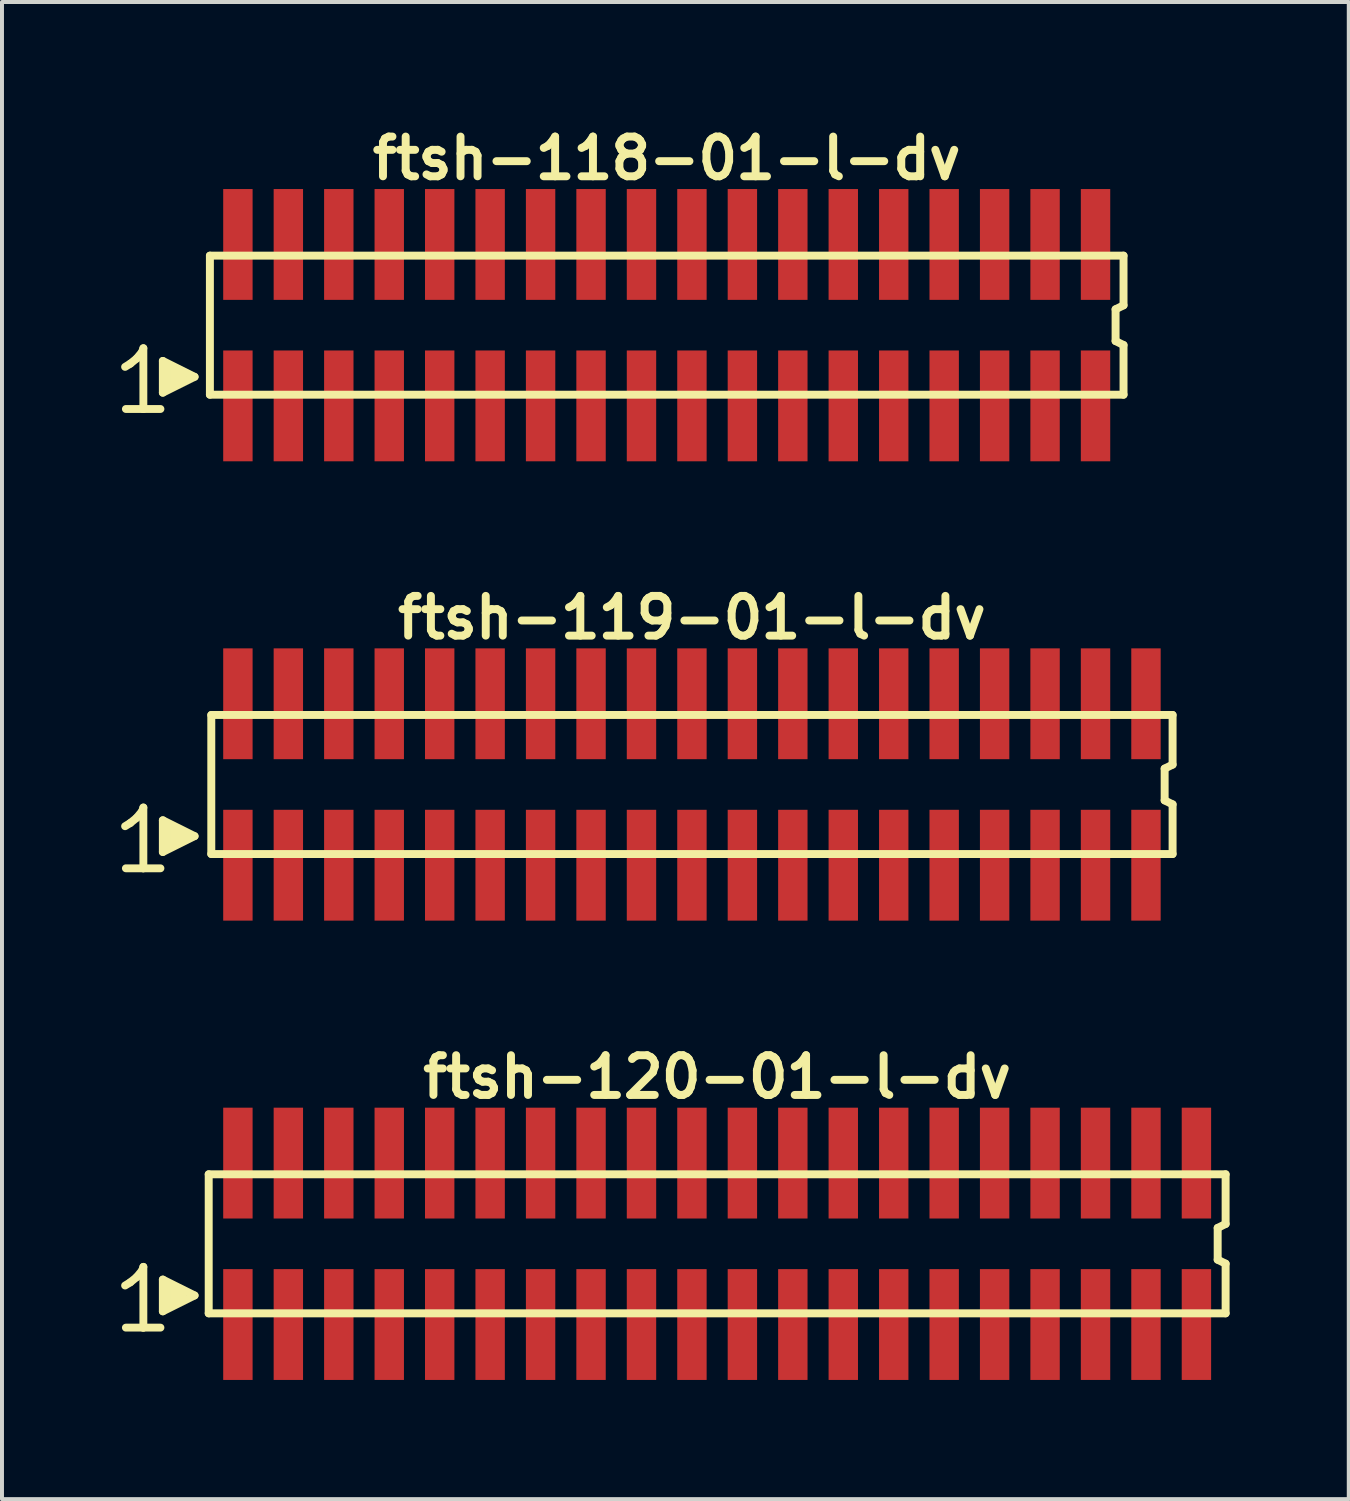
<source format=kicad_pcb>
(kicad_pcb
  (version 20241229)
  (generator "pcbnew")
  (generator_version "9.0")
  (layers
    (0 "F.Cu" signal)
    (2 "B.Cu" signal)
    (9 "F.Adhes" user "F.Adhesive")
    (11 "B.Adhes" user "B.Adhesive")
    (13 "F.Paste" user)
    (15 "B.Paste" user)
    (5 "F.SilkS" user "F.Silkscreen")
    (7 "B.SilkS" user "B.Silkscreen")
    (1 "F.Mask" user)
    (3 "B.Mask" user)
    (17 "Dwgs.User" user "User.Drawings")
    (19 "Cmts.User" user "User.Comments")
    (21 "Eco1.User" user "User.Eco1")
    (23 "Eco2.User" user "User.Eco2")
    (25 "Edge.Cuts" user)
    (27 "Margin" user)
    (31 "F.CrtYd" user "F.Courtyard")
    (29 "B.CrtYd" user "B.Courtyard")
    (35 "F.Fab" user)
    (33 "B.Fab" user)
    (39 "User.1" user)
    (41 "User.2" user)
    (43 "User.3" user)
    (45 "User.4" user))
  (footprint "ftsh-120-01-l-dv"
    (layer "F.Cu")
    (at 15.004 28.262)
    (property "Reference" "ftsh-120-01-l-dv" (at 0 -4.2 0) (layer "F.SilkS") (effects (font (size 1 1) (thickness 0.2))))
    (attr through_hole)
    (fp_line (start -14.905 1.05) (end -14.775 0.97) (stroke (width 0.198) (type solid)) (layer "F.SilkS"))
    (fp_line (start -14.775 0.97) (end -14.615 0.84) (stroke (width 0.198) (type solid)) (layer "F.SilkS"))
    (fp_line (start -14.615 0.84) (end -14.475 0.67) (stroke (width 0.198) (type solid)) (layer "F.SilkS"))
    (fp_line (start -14.475 0.67) (end -14.445 0.58) (stroke (width 0.198) (type solid)) (layer "F.SilkS"))
    (fp_line (start -14.445 0.58) (end -14.445 2.11) (stroke (width 0.198) (type solid)) (layer "F.SilkS"))
    (fp_line (start -14.445 2.11) (end -14.885 2.11) (stroke (width 0.198) (type solid)) (layer "F.SilkS"))
    (fp_line (start -14.015 2.11) (end -14.455 2.11) (stroke (width 0.198) (type solid)) (layer "F.SilkS"))
    (fp_line (start -13.955 0.9) (end -13.155 1.3) (stroke (width 0.198) (type solid)) (layer "F.SilkS"))
    (fp_line (start -13.955 1.7) (end -13.955 0.9) (stroke (width 0.198) (type solid)) (layer "F.SilkS"))
    (fp_line (start -13.855 1.6) (end -13.855 1) (stroke (width 0.198) (type solid)) (layer "F.SilkS"))
    (fp_line (start -13.755 1.1) (end -13.755 1.5) (stroke (width 0.198) (type solid)) (layer "F.SilkS"))
    (fp_line (start -13.655 1.5) (end -13.655 1.1) (stroke (width 0.198) (type solid)) (layer "F.SilkS"))
    (fp_line (start -13.555 1.2) (end -13.555 1.4) (stroke (width 0.198) (type solid)) (layer "F.SilkS"))
    (fp_line (start -13.455 1.4) (end -13.455 1.2) (stroke (width 0.198) (type solid)) (layer "F.SilkS"))
    (fp_line (start -13.155 1.3) (end -13.955 1.7) (stroke (width 0.198) (type solid)) (layer "F.SilkS"))
    (fp_line (start -12.8 -1.75) (end -12.8 1.75) (stroke (width 0.2) (type solid)) (layer "F.SilkS"))
    (fp_line (start -12.8 -1.75) (end 12.8 -1.75) (stroke (width 0.2) (type solid)) (layer "F.SilkS"))
    (fp_line (start -12.8 1.75) (end 12.8 1.75) (stroke (width 0.2) (type solid)) (layer "F.SilkS"))
    (fp_line (start 12.6 -0.4) (end 12.6 0.4) (stroke (width 0.2) (type solid)) (layer "F.SilkS"))
    (fp_line (start 12.6 0.4) (end 12.8 0.5) (stroke (width 0.2) (type solid)) (layer "F.SilkS"))
    (fp_line (start 12.8 -0.5) (end 12.6 -0.4) (stroke (width 0.2) (type solid)) (layer "F.SilkS"))
    (fp_line (start 12.8 -0.5) (end 12.8 -1.75) (stroke (width 0.2) (type solid)) (layer "F.SilkS"))
    (fp_line (start 12.8 0.5) (end 12.8 1.75) (stroke (width 0.2) (type solid)) (layer "F.SilkS"))
    (pad "1" smd rect (at -12.065 2.032) (size 0.74 2.79) (layers "F.Cu" "F.Mask" "F.Paste"))
    (pad "2" smd rect (at -12.065 -2.032) (size 0.74 2.79) (layers "F.Cu" "F.Mask" "F.Paste"))
    (pad "3" smd rect (at -10.795 2.032) (size 0.74 2.79) (layers "F.Cu" "F.Mask" "F.Paste"))
    (pad "4" smd rect (at -10.795 -2.032) (size 0.74 2.79) (layers "F.Cu" "F.Mask" "F.Paste"))
    (pad "5" smd rect (at -9.525 2.032) (size 0.74 2.79) (layers "F.Cu" "F.Mask" "F.Paste"))
    (pad "6" smd rect (at -9.525 -2.032) (size 0.74 2.79) (layers "F.Cu" "F.Mask" "F.Paste"))
    (pad "7" smd rect (at -8.255 2.032) (size 0.74 2.79) (layers "F.Cu" "F.Mask" "F.Paste"))
    (pad "8" smd rect (at -8.255 -2.032) (size 0.74 2.79) (layers "F.Cu" "F.Mask" "F.Paste"))
    (pad "9" smd rect (at -6.985 2.032) (size 0.74 2.79) (layers "F.Cu" "F.Mask" "F.Paste"))
    (pad "10" smd rect (at -6.985 -2.032) (size 0.74 2.79) (layers "F.Cu" "F.Mask" "F.Paste"))
    (pad "11" smd rect (at -5.715 2.032) (size 0.74 2.79) (layers "F.Cu" "F.Mask" "F.Paste"))
    (pad "12" smd rect (at -5.715 -2.032) (size 0.74 2.79) (layers "F.Cu" "F.Mask" "F.Paste"))
    (pad "13" smd rect (at -4.445 2.032) (size 0.74 2.79) (layers "F.Cu" "F.Mask" "F.Paste"))
    (pad "14" smd rect (at -4.445 -2.032) (size 0.74 2.79) (layers "F.Cu" "F.Mask" "F.Paste"))
    (pad "15" smd rect (at -3.175 2.032) (size 0.74 2.79) (layers "F.Cu" "F.Mask" "F.Paste"))
    (pad "16" smd rect (at -3.175 -2.032) (size 0.74 2.79) (layers "F.Cu" "F.Mask" "F.Paste"))
    (pad "17" smd rect (at -1.905 2.032) (size 0.74 2.79) (layers "F.Cu" "F.Mask" "F.Paste"))
    (pad "18" smd rect (at -1.905 -2.032) (size 0.74 2.79) (layers "F.Cu" "F.Mask" "F.Paste"))
    (pad "19" smd rect (at -0.635 2.032) (size 0.74 2.79) (layers "F.Cu" "F.Mask" "F.Paste"))
    (pad "20" smd rect (at -0.635 -2.032) (size 0.74 2.79) (layers "F.Cu" "F.Mask" "F.Paste"))
    (pad "21" smd rect (at 0.635 2.032) (size 0.74 2.79) (layers "F.Cu" "F.Mask" "F.Paste"))
    (pad "22" smd rect (at 0.635 -2.032) (size 0.74 2.79) (layers "F.Cu" "F.Mask" "F.Paste"))
    (pad "23" smd rect (at 1.905 2.032) (size 0.74 2.79) (layers "F.Cu" "F.Mask" "F.Paste"))
    (pad "24" smd rect (at 1.905 -2.032) (size 0.74 2.79) (layers "F.Cu" "F.Mask" "F.Paste"))
    (pad "25" smd rect (at 3.175 2.032) (size 0.74 2.79) (layers "F.Cu" "F.Mask" "F.Paste"))
    (pad "26" smd rect (at 3.175 -2.032) (size 0.74 2.79) (layers "F.Cu" "F.Mask" "F.Paste"))
    (pad "27" smd rect (at 4.445 2.032) (size 0.74 2.79) (layers "F.Cu" "F.Mask" "F.Paste"))
    (pad "28" smd rect (at 4.445 -2.032) (size 0.74 2.79) (layers "F.Cu" "F.Mask" "F.Paste"))
    (pad "29" smd rect (at 5.715 2.032) (size 0.74 2.79) (layers "F.Cu" "F.Mask" "F.Paste"))
    (pad "30" smd rect (at 5.715 -2.032) (size 0.74 2.79) (layers "F.Cu" "F.Mask" "F.Paste"))
    (pad "31" smd rect (at 6.985 2.032) (size 0.74 2.79) (layers "F.Cu" "F.Mask" "F.Paste"))
    (pad "32" smd rect (at 6.985 -2.032) (size 0.74 2.79) (layers "F.Cu" "F.Mask" "F.Paste"))
    (pad "33" smd rect (at 8.255 2.032) (size 0.74 2.79) (layers "F.Cu" "F.Mask" "F.Paste"))
    (pad "34" smd rect (at 8.255 -2.032) (size 0.74 2.79) (layers "F.Cu" "F.Mask" "F.Paste"))
    (pad "35" smd rect (at 9.525 2.032) (size 0.74 2.79) (layers "F.Cu" "F.Mask" "F.Paste"))
    (pad "36" smd rect (at 9.525 -2.032) (size 0.74 2.79) (layers "F.Cu" "F.Mask" "F.Paste"))
    (pad "37" smd rect (at 10.795 2.032) (size 0.74 2.79) (layers "F.Cu" "F.Mask" "F.Paste"))
    (pad "38" smd rect (at 10.795 -2.032) (size 0.74 2.79) (layers "F.Cu" "F.Mask" "F.Paste"))
    (pad "39" smd rect (at 12.065 2.032) (size 0.74 2.79) (layers "F.Cu" "F.Mask" "F.Paste"))
    (pad "40" smd rect (at 12.065 -2.032) (size 0.74 2.79) (layers "F.Cu" "F.Mask" "F.Paste")))
  (footprint "ftsh-119-01-l-dv"
    (layer "F.Cu")
    (at 14.369 16.699)
    (property "Reference" "ftsh-119-01-l-dv" (at 0 -4.2 0) (layer "F.SilkS") (effects (font (size 1 1) (thickness 0.2))))
    (attr through_hole)
    (fp_line (start -14.27 1.05) (end -14.14 0.97) (stroke (width 0.198) (type solid)) (layer "F.SilkS"))
    (fp_line (start -14.14 0.97) (end -13.98 0.84) (stroke (width 0.198) (type solid)) (layer "F.SilkS"))
    (fp_line (start -13.98 0.84) (end -13.84 0.67) (stroke (width 0.198) (type solid)) (layer "F.SilkS"))
    (fp_line (start -13.84 0.67) (end -13.81 0.58) (stroke (width 0.198) (type solid)) (layer "F.SilkS"))
    (fp_line (start -13.81 0.58) (end -13.81 2.11) (stroke (width 0.198) (type solid)) (layer "F.SilkS"))
    (fp_line (start -13.81 2.11) (end -14.25 2.11) (stroke (width 0.198) (type solid)) (layer "F.SilkS"))
    (fp_line (start -13.38 2.11) (end -13.82 2.11) (stroke (width 0.198) (type solid)) (layer "F.SilkS"))
    (fp_line (start -13.32 0.9) (end -12.52 1.3) (stroke (width 0.198) (type solid)) (layer "F.SilkS"))
    (fp_line (start -13.32 1.7) (end -13.32 0.9) (stroke (width 0.198) (type solid)) (layer "F.SilkS"))
    (fp_line (start -13.22 1.6) (end -13.22 1) (stroke (width 0.198) (type solid)) (layer "F.SilkS"))
    (fp_line (start -13.12 1.1) (end -13.12 1.5) (stroke (width 0.198) (type solid)) (layer "F.SilkS"))
    (fp_line (start -13.02 1.5) (end -13.02 1.1) (stroke (width 0.198) (type solid)) (layer "F.SilkS"))
    (fp_line (start -12.92 1.2) (end -12.92 1.4) (stroke (width 0.198) (type solid)) (layer "F.SilkS"))
    (fp_line (start -12.82 1.4) (end -12.82 1.2) (stroke (width 0.198) (type solid)) (layer "F.SilkS"))
    (fp_line (start -12.52 1.3) (end -13.32 1.7) (stroke (width 0.198) (type solid)) (layer "F.SilkS"))
    (fp_line (start -12.1 -1.75) (end -12.1 1.75) (stroke (width 0.2) (type solid)) (layer "F.SilkS"))
    (fp_line (start -12.1 -1.75) (end 12.1 -1.75) (stroke (width 0.2) (type solid)) (layer "F.SilkS"))
    (fp_line (start -12.1 1.75) (end 12.1 1.75) (stroke (width 0.2) (type solid)) (layer "F.SilkS"))
    (fp_line (start 11.9 -0.4) (end 11.9 0.4) (stroke (width 0.2) (type solid)) (layer "F.SilkS"))
    (fp_line (start 11.9 0.4) (end 12.1 0.5) (stroke (width 0.2) (type solid)) (layer "F.SilkS"))
    (fp_line (start 12.1 -0.5) (end 11.9 -0.4) (stroke (width 0.2) (type solid)) (layer "F.SilkS"))
    (fp_line (start 12.1 -0.5) (end 12.1 -1.75) (stroke (width 0.2) (type solid)) (layer "F.SilkS"))
    (fp_line (start 12.1 0.5) (end 12.1 1.75) (stroke (width 0.2) (type solid)) (layer "F.SilkS"))
    (pad "1" smd rect (at -11.43 2.032) (size 0.74 2.79) (layers "F.Cu" "F.Mask" "F.Paste"))
    (pad "2" smd rect (at -11.43 -2.032) (size 0.74 2.79) (layers "F.Cu" "F.Mask" "F.Paste"))
    (pad "3" smd rect (at -10.16 2.032) (size 0.74 2.79) (layers "F.Cu" "F.Mask" "F.Paste"))
    (pad "4" smd rect (at -10.16 -2.032) (size 0.74 2.79) (layers "F.Cu" "F.Mask" "F.Paste"))
    (pad "5" smd rect (at -8.89 2.032) (size 0.74 2.79) (layers "F.Cu" "F.Mask" "F.Paste"))
    (pad "6" smd rect (at -8.89 -2.032) (size 0.74 2.79) (layers "F.Cu" "F.Mask" "F.Paste"))
    (pad "7" smd rect (at -7.62 2.032) (size 0.74 2.79) (layers "F.Cu" "F.Mask" "F.Paste"))
    (pad "8" smd rect (at -7.62 -2.032) (size 0.74 2.79) (layers "F.Cu" "F.Mask" "F.Paste"))
    (pad "9" smd rect (at -6.35 2.032) (size 0.74 2.79) (layers "F.Cu" "F.Mask" "F.Paste"))
    (pad "10" smd rect (at -6.35 -2.032) (size 0.74 2.79) (layers "F.Cu" "F.Mask" "F.Paste"))
    (pad "11" smd rect (at -5.08 2.032) (size 0.74 2.79) (layers "F.Cu" "F.Mask" "F.Paste"))
    (pad "12" smd rect (at -5.08 -2.032) (size 0.74 2.79) (layers "F.Cu" "F.Mask" "F.Paste"))
    (pad "13" smd rect (at -3.81 2.032) (size 0.74 2.79) (layers "F.Cu" "F.Mask" "F.Paste"))
    (pad "14" smd rect (at -3.81 -2.032) (size 0.74 2.79) (layers "F.Cu" "F.Mask" "F.Paste"))
    (pad "15" smd rect (at -2.54 2.032) (size 0.74 2.79) (layers "F.Cu" "F.Mask" "F.Paste"))
    (pad "16" smd rect (at -2.54 -2.032) (size 0.74 2.79) (layers "F.Cu" "F.Mask" "F.Paste"))
    (pad "17" smd rect (at -1.27 2.032) (size 0.74 2.79) (layers "F.Cu" "F.Mask" "F.Paste"))
    (pad "18" smd rect (at -1.27 -2.032) (size 0.74 2.79) (layers "F.Cu" "F.Mask" "F.Paste"))
    (pad "19" smd rect (at 0 2.032) (size 0.74 2.79) (layers "F.Cu" "F.Mask" "F.Paste"))
    (pad "20" smd rect (at 0 -2.032) (size 0.74 2.79) (layers "F.Cu" "F.Mask" "F.Paste"))
    (pad "21" smd rect (at 1.27 2.032) (size 0.74 2.79) (layers "F.Cu" "F.Mask" "F.Paste"))
    (pad "22" smd rect (at 1.27 -2.032) (size 0.74 2.79) (layers "F.Cu" "F.Mask" "F.Paste"))
    (pad "23" smd rect (at 2.54 2.032) (size 0.74 2.79) (layers "F.Cu" "F.Mask" "F.Paste"))
    (pad "24" smd rect (at 2.54 -2.032) (size 0.74 2.79) (layers "F.Cu" "F.Mask" "F.Paste"))
    (pad "25" smd rect (at 3.81 2.032) (size 0.74 2.79) (layers "F.Cu" "F.Mask" "F.Paste"))
    (pad "26" smd rect (at 3.81 -2.032) (size 0.74 2.79) (layers "F.Cu" "F.Mask" "F.Paste"))
    (pad "27" smd rect (at 5.08 2.032) (size 0.74 2.79) (layers "F.Cu" "F.Mask" "F.Paste"))
    (pad "28" smd rect (at 5.08 -2.032) (size 0.74 2.79) (layers "F.Cu" "F.Mask" "F.Paste"))
    (pad "29" smd rect (at 6.35 2.032) (size 0.74 2.79) (layers "F.Cu" "F.Mask" "F.Paste"))
    (pad "30" smd rect (at 6.35 -2.032) (size 0.74 2.79) (layers "F.Cu" "F.Mask" "F.Paste"))
    (pad "31" smd rect (at 7.62 2.032) (size 0.74 2.79) (layers "F.Cu" "F.Mask" "F.Paste"))
    (pad "32" smd rect (at 7.62 -2.032) (size 0.74 2.79) (layers "F.Cu" "F.Mask" "F.Paste"))
    (pad "33" smd rect (at 8.89 2.032) (size 0.74 2.79) (layers "F.Cu" "F.Mask" "F.Paste"))
    (pad "34" smd rect (at 8.89 -2.032) (size 0.74 2.79) (layers "F.Cu" "F.Mask" "F.Paste"))
    (pad "35" smd rect (at 10.16 2.032) (size 0.74 2.79) (layers "F.Cu" "F.Mask" "F.Paste"))
    (pad "36" smd rect (at 10.16 -2.032) (size 0.74 2.79) (layers "F.Cu" "F.Mask" "F.Paste"))
    (pad "37" smd rect (at 11.43 2.032) (size 0.74 2.79) (layers "F.Cu" "F.Mask" "F.Paste"))
    (pad "38" smd rect (at 11.43 -2.032) (size 0.74 2.79) (layers "F.Cu" "F.Mask" "F.Paste")))
  (footprint "ftsh-118-01-l-dv"
    (layer "F.Cu")
    (at 13.734 5.136)
    (property "Reference" "ftsh-118-01-l-dv" (at 0 -4.2 0) (layer "F.SilkS") (effects (font (size 1 1) (thickness 0.2))))
    (attr through_hole)
    (fp_line (start -13.635 1.05) (end -13.505 0.97) (stroke (width 0.198) (type solid)) (layer "F.SilkS"))
    (fp_line (start -13.505 0.97) (end -13.345 0.84) (stroke (width 0.198) (type solid)) (layer "F.SilkS"))
    (fp_line (start -13.345 0.84) (end -13.205 0.67) (stroke (width 0.198) (type solid)) (layer "F.SilkS"))
    (fp_line (start -13.205 0.67) (end -13.175 0.58) (stroke (width 0.198) (type solid)) (layer "F.SilkS"))
    (fp_line (start -13.175 0.58) (end -13.175 2.11) (stroke (width 0.198) (type solid)) (layer "F.SilkS"))
    (fp_line (start -13.175 2.11) (end -13.615 2.11) (stroke (width 0.198) (type solid)) (layer "F.SilkS"))
    (fp_line (start -12.745 2.11) (end -13.185 2.11) (stroke (width 0.198) (type solid)) (layer "F.SilkS"))
    (fp_line (start -12.685 0.9) (end -11.885 1.3) (stroke (width 0.198) (type solid)) (layer "F.SilkS"))
    (fp_line (start -12.685 1.7) (end -12.685 0.9) (stroke (width 0.198) (type solid)) (layer "F.SilkS"))
    (fp_line (start -12.585 1.6) (end -12.585 1) (stroke (width 0.198) (type solid)) (layer "F.SilkS"))
    (fp_line (start -12.485 1.1) (end -12.485 1.5) (stroke (width 0.198) (type solid)) (layer "F.SilkS"))
    (fp_line (start -12.385 1.5) (end -12.385 1.1) (stroke (width 0.198) (type solid)) (layer "F.SilkS"))
    (fp_line (start -12.285 1.2) (end -12.285 1.4) (stroke (width 0.198) (type solid)) (layer "F.SilkS"))
    (fp_line (start -12.185 1.4) (end -12.185 1.2) (stroke (width 0.198) (type solid)) (layer "F.SilkS"))
    (fp_line (start -11.885 1.3) (end -12.685 1.7) (stroke (width 0.198) (type solid)) (layer "F.SilkS"))
    (fp_line (start -11.5 -1.75) (end -11.5 1.75) (stroke (width 0.2) (type solid)) (layer "F.SilkS"))
    (fp_line (start -11.5 -1.75) (end 11.5 -1.75) (stroke (width 0.2) (type solid)) (layer "F.SilkS"))
    (fp_line (start -11.5 1.75) (end 11.5 1.75) (stroke (width 0.2) (type solid)) (layer "F.SilkS"))
    (fp_line (start 11.3 -0.4) (end 11.3 0.4) (stroke (width 0.2) (type solid)) (layer "F.SilkS"))
    (fp_line (start 11.3 0.4) (end 11.5 0.5) (stroke (width 0.2) (type solid)) (layer "F.SilkS"))
    (fp_line (start 11.5 -0.5) (end 11.3 -0.4) (stroke (width 0.2) (type solid)) (layer "F.SilkS"))
    (fp_line (start 11.5 -0.5) (end 11.5 -1.75) (stroke (width 0.2) (type solid)) (layer "F.SilkS"))
    (fp_line (start 11.5 0.5) (end 11.5 1.75) (stroke (width 0.2) (type solid)) (layer "F.SilkS"))
    (pad "1" smd rect (at -10.795 2.032) (size 0.74 2.79) (layers "F.Cu" "F.Mask" "F.Paste"))
    (pad "2" smd rect (at -10.795 -2.032) (size 0.74 2.79) (layers "F.Cu" "F.Mask" "F.Paste"))
    (pad "3" smd rect (at -9.525 2.032) (size 0.74 2.79) (layers "F.Cu" "F.Mask" "F.Paste"))
    (pad "4" smd rect (at -9.525 -2.032) (size 0.74 2.79) (layers "F.Cu" "F.Mask" "F.Paste"))
    (pad "5" smd rect (at -8.255 2.032) (size 0.74 2.79) (layers "F.Cu" "F.Mask" "F.Paste"))
    (pad "6" smd rect (at -8.255 -2.032) (size 0.74 2.79) (layers "F.Cu" "F.Mask" "F.Paste"))
    (pad "7" smd rect (at -6.985 2.032) (size 0.74 2.79) (layers "F.Cu" "F.Mask" "F.Paste"))
    (pad "8" smd rect (at -6.985 -2.032) (size 0.74 2.79) (layers "F.Cu" "F.Mask" "F.Paste"))
    (pad "9" smd rect (at -5.715 2.032) (size 0.74 2.79) (layers "F.Cu" "F.Mask" "F.Paste"))
    (pad "10" smd rect (at -5.715 -2.032) (size 0.74 2.79) (layers "F.Cu" "F.Mask" "F.Paste"))
    (pad "11" smd rect (at -4.445 2.032) (size 0.74 2.79) (layers "F.Cu" "F.Mask" "F.Paste"))
    (pad "12" smd rect (at -4.445 -2.032) (size 0.74 2.79) (layers "F.Cu" "F.Mask" "F.Paste"))
    (pad "13" smd rect (at -3.175 2.032) (size 0.74 2.79) (layers "F.Cu" "F.Mask" "F.Paste"))
    (pad "14" smd rect (at -3.175 -2.032) (size 0.74 2.79) (layers "F.Cu" "F.Mask" "F.Paste"))
    (pad "15" smd rect (at -1.905 2.032) (size 0.74 2.79) (layers "F.Cu" "F.Mask" "F.Paste"))
    (pad "16" smd rect (at -1.905 -2.032) (size 0.74 2.79) (layers "F.Cu" "F.Mask" "F.Paste"))
    (pad "17" smd rect (at -0.635 2.032) (size 0.74 2.79) (layers "F.Cu" "F.Mask" "F.Paste"))
    (pad "18" smd rect (at -0.635 -2.032) (size 0.74 2.79) (layers "F.Cu" "F.Mask" "F.Paste"))
    (pad "19" smd rect (at 0.635 2.032) (size 0.74 2.79) (layers "F.Cu" "F.Mask" "F.Paste"))
    (pad "20" smd rect (at 0.635 -2.032) (size 0.74 2.79) (layers "F.Cu" "F.Mask" "F.Paste"))
    (pad "21" smd rect (at 1.905 2.032) (size 0.74 2.79) (layers "F.Cu" "F.Mask" "F.Paste"))
    (pad "22" smd rect (at 1.905 -2.032) (size 0.74 2.79) (layers "F.Cu" "F.Mask" "F.Paste"))
    (pad "23" smd rect (at 3.175 2.032) (size 0.74 2.79) (layers "F.Cu" "F.Mask" "F.Paste"))
    (pad "24" smd rect (at 3.175 -2.032) (size 0.74 2.79) (layers "F.Cu" "F.Mask" "F.Paste"))
    (pad "25" smd rect (at 4.445 2.032) (size 0.74 2.79) (layers "F.Cu" "F.Mask" "F.Paste"))
    (pad "26" smd rect (at 4.445 -2.032) (size 0.74 2.79) (layers "F.Cu" "F.Mask" "F.Paste"))
    (pad "27" smd rect (at 5.715 2.032) (size 0.74 2.79) (layers "F.Cu" "F.Mask" "F.Paste"))
    (pad "28" smd rect (at 5.715 -2.032) (size 0.74 2.79) (layers "F.Cu" "F.Mask" "F.Paste"))
    (pad "29" smd rect (at 6.985 2.032) (size 0.74 2.79) (layers "F.Cu" "F.Mask" "F.Paste"))
    (pad "30" smd rect (at 6.985 -2.032) (size 0.74 2.79) (layers "F.Cu" "F.Mask" "F.Paste"))
    (pad "31" smd rect (at 8.255 2.032) (size 0.74 2.79) (layers "F.Cu" "F.Mask" "F.Paste"))
    (pad "32" smd rect (at 8.255 -2.032) (size 0.74 2.79) (layers "F.Cu" "F.Mask" "F.Paste"))
    (pad "33" smd rect (at 9.525 2.032) (size 0.74 2.79) (layers "F.Cu" "F.Mask" "F.Paste"))
    (pad "34" smd rect (at 9.525 -2.032) (size 0.74 2.79) (layers "F.Cu" "F.Mask" "F.Paste"))
    (pad "35" smd rect (at 10.795 2.032) (size 0.74 2.79) (layers "F.Cu" "F.Mask" "F.Paste"))
    (pad "36" smd rect (at 10.795 -2.032) (size 0.74 2.79) (layers "F.Cu" "F.Mask" "F.Paste")))
  (gr_rect
    (start -3 -3)
    (end 30.904 34.689)
    (stroke (width 0.1) (type default))
    (fill no)
    (layer "Edge.Cuts")))
</source>
